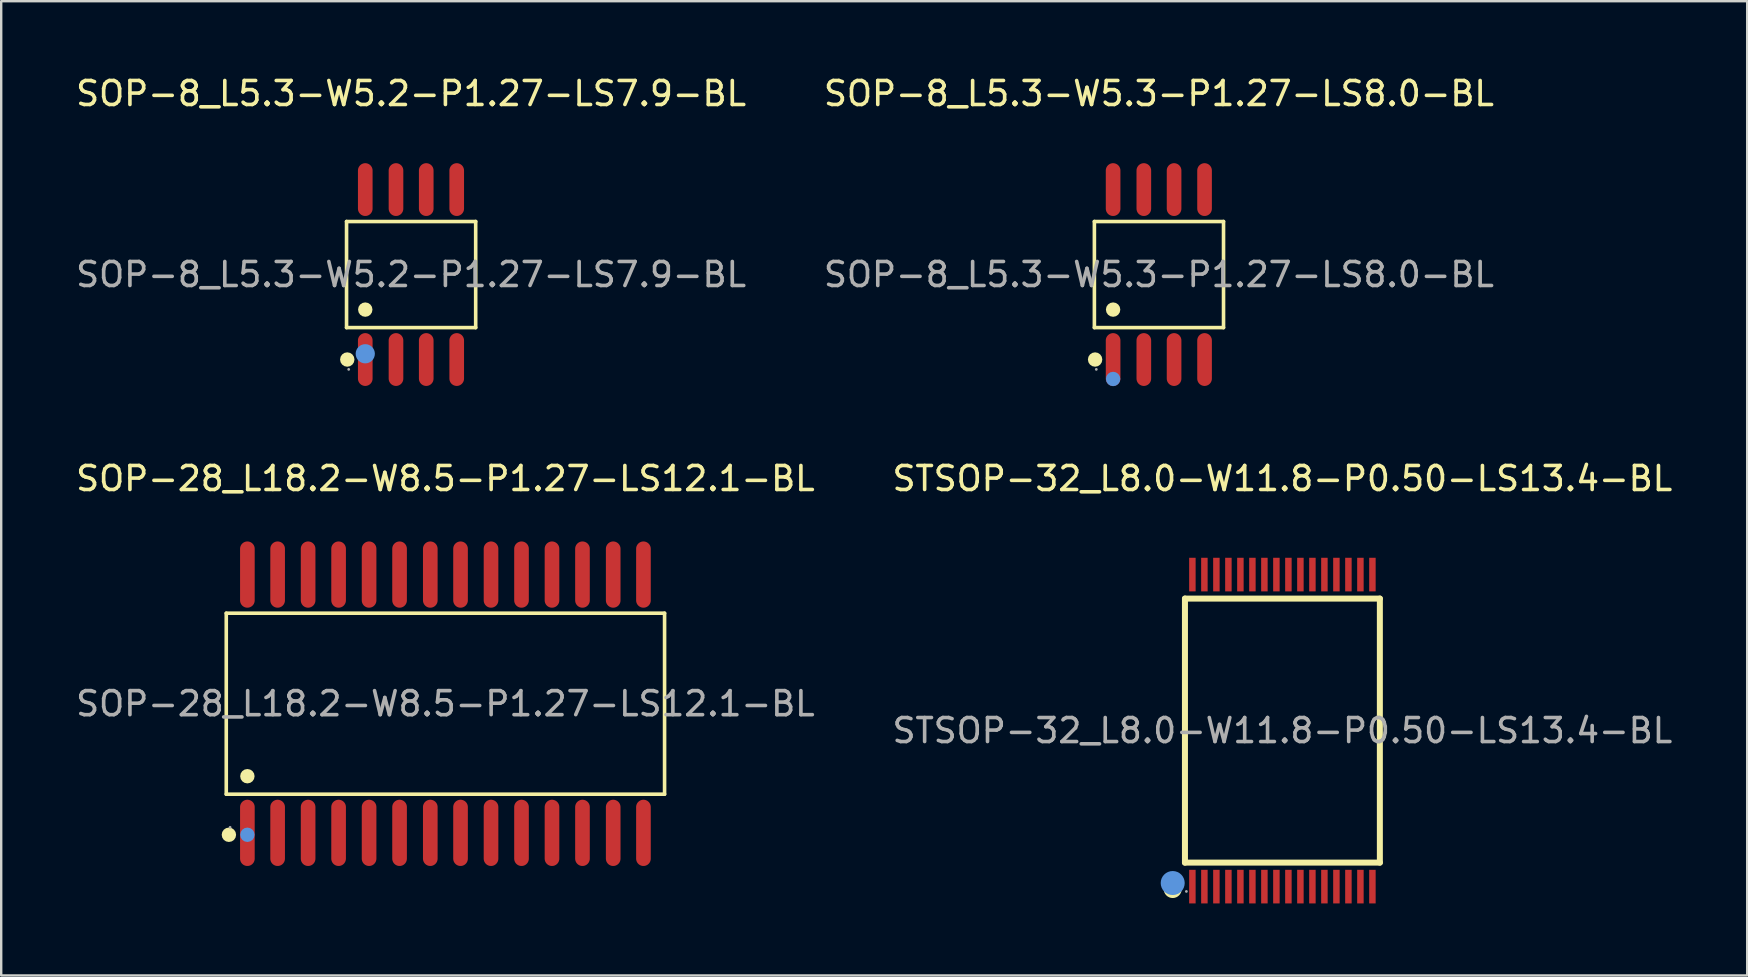
<source format=kicad_pcb>
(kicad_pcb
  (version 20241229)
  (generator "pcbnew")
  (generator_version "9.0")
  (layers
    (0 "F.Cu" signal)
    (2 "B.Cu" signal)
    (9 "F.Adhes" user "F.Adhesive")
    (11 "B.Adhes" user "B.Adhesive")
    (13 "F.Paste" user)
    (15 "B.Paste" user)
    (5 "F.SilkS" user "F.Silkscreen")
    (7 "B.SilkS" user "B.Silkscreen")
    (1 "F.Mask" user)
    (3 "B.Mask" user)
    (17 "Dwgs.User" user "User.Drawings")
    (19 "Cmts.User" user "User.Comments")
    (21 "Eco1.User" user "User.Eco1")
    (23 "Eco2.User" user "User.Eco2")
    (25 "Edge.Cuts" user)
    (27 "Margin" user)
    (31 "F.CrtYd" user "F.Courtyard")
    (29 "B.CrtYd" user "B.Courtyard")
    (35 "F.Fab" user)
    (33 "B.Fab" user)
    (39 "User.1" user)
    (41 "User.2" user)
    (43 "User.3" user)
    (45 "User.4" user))
  (footprint "SOP-8_L5.3-W5.3-P1.27-LS8.0-BL"
    (layer "F.Cu")
    (at 45.232 8.388)
    (property "Reference" "SOP-8_L5.3-W5.3-P1.27-LS8.0-BL" (at 0 -7.54 0) (layer "F.SilkS") (effects (font (size 1 1) (thickness 0.15))))
    (attr through_hole)
    (fp_line (start -2.69 -2.21) (end 2.69 -2.21) (stroke (width 0.15) (type solid)) (layer "F.SilkS"))
    (fp_line (start -2.69 2.21) (end -2.69 -2.21) (stroke (width 0.15) (type solid)) (layer "F.SilkS"))
    (fp_line (start 2.69 -2.21) (end 2.69 2.21) (stroke (width 0.15) (type solid)) (layer "F.SilkS"))
    (fp_line (start 2.69 2.21) (end -2.69 2.21) (stroke (width 0.15) (type solid)) (layer "F.SilkS"))
    (fp_circle (center -2.66 3.54) (end -2.51 3.54) (stroke (width 0.3) (type solid)) (fill no) (layer "F.SilkS"))
    (fp_circle (center -1.91 1.46) (end -1.76 1.46) (stroke (width 0.3) (type solid)) (fill no) (layer "F.SilkS"))
    (fp_circle (center -1.91 4.35) (end -1.76 4.35) (stroke (width 0.3) (type solid)) (fill no) (layer "Cmts.User"))
    (fp_circle (center -2.61 3.95) (end -2.58 3.95) (stroke (width 0.06) (type solid)) (fill no) (layer "F.Fab"))
    (fp_text user "${REFERENCE}" (at 0 0 0) (layer "F.Fab") (effects (font (size 1 1) (thickness 0.15))))
    (pad "1" smd oval (at -1.91 3.54) (size 0.61 2.2) (layers "F.Cu" "F.Mask" "F.Paste"))
    (pad "2" smd oval (at -0.63 3.54) (size 0.61 2.2) (layers "F.Cu" "F.Mask" "F.Paste"))
    (pad "3" smd oval (at 0.63 3.54) (size 0.61 2.2) (layers "F.Cu" "F.Mask" "F.Paste"))
    (pad "4" smd oval (at 1.9 3.54) (size 0.61 2.2) (layers "F.Cu" "F.Mask" "F.Paste"))
    (pad "5" smd oval (at 1.9 -3.54) (size 0.61 2.2) (layers "F.Cu" "F.Mask" "F.Paste"))
    (pad "6" smd oval (at 0.63 -3.54) (size 0.61 2.2) (layers "F.Cu" "F.Mask" "F.Paste"))
    (pad "7" smd oval (at -0.63 -3.54) (size 0.61 2.2) (layers "F.Cu" "F.Mask" "F.Paste"))
    (pad "8" smd oval (at -1.91 -3.54) (size 0.61 2.2) (layers "F.Cu" "F.Mask" "F.Paste")))
  (footprint "SOP-8_L5.3-W5.2-P1.27-LS7.9-BL"
    (layer "F.Cu")
    (at 14.077 8.388)
    (property "Reference" "SOP-8_L5.3-W5.2-P1.27-LS7.9-BL" (at 0 -7.54 0) (layer "F.SilkS") (effects (font (size 1 1) (thickness 0.15))))
    (attr through_hole)
    (fp_line (start -2.69 -2.21) (end 2.69 -2.21) (stroke (width 0.15) (type solid)) (layer "F.SilkS"))
    (fp_line (start -2.69 2.21) (end -2.69 -2.21) (stroke (width 0.15) (type solid)) (layer "F.SilkS"))
    (fp_line (start 2.69 -2.21) (end 2.69 2.21) (stroke (width 0.15) (type solid)) (layer "F.SilkS"))
    (fp_line (start 2.69 2.21) (end -2.69 2.21) (stroke (width 0.15) (type solid)) (layer "F.SilkS"))
    (fp_circle (center -2.66 3.54) (end -2.51 3.54) (stroke (width 0.3) (type solid)) (fill no) (layer "F.SilkS"))
    (fp_circle (center -1.91 1.46) (end -1.76 1.46) (stroke (width 0.3) (type solid)) (fill no) (layer "F.SilkS"))
    (fp_circle (center -1.91 3.3) (end -1.71 3.3) (stroke (width 0.4) (type solid)) (fill no) (layer "Cmts.User"))
    (fp_circle (center -2.6 3.95) (end -2.57 3.95) (stroke (width 0.06) (type solid)) (fill no) (layer "F.Fab"))
    (fp_text user "${REFERENCE}" (at 0 0 0) (layer "F.Fab") (effects (font (size 1 1) (thickness 0.15))))
    (pad "1" smd oval (at -1.91 3.54) (size 0.61 2.2) (layers "F.Cu" "F.Mask" "F.Paste"))
    (pad "2" smd oval (at -0.63 3.54) (size 0.61 2.2) (layers "F.Cu" "F.Mask" "F.Paste"))
    (pad "3" smd oval (at 0.63 3.54) (size 0.61 2.2) (layers "F.Cu" "F.Mask" "F.Paste"))
    (pad "4" smd oval (at 1.9 3.54) (size 0.61 2.2) (layers "F.Cu" "F.Mask" "F.Paste"))
    (pad "5" smd oval (at 1.9 -3.54) (size 0.61 2.2) (layers "F.Cu" "F.Mask" "F.Paste"))
    (pad "6" smd oval (at 0.63 -3.54) (size 0.61 2.2) (layers "F.Cu" "F.Mask" "F.Paste"))
    (pad "7" smd oval (at -0.63 -3.54) (size 0.61 2.2) (layers "F.Cu" "F.Mask" "F.Paste"))
    (pad "8" smd oval (at -1.91 -3.54) (size 0.61 2.2) (layers "F.Cu" "F.Mask" "F.Paste")))
  (footprint "STSOP-32_L8.0-W11.8-P0.50-LS13.4-BL"
    (layer "F.Cu")
    (at 50.375 27.387)
    (property "Reference" "STSOP-32_L8.0-W11.8-P0.50-LS13.4-BL" (at 0 -10.5 0) (layer "F.SilkS") (effects (font (size 1 1) (thickness 0.15))))
    (attr through_hole)
    (fp_line (start -4.06 -5.5) (end 4.06 -5.5) (stroke (width 0.25) (type solid)) (layer "F.SilkS"))
    (fp_line (start -4.06 5.5) (end -4.06 -5.5) (stroke (width 0.25) (type solid)) (layer "F.SilkS"))
    (fp_line (start -4.06 5.5) (end 4.06 5.5) (stroke (width 0.25) (type solid)) (layer "F.SilkS"))
    (fp_line (start 4.06 -5.5) (end 4.06 5.5) (stroke (width 0.25) (type solid)) (layer "F.SilkS"))
    (fp_circle (center -4.57 6.6) (end -4.32 6.6) (stroke (width 0.25) (type solid)) (fill no) (layer "F.SilkS"))
    (fp_circle (center -4.57 6.35) (end -4.32 6.35) (stroke (width 0.5) (type solid)) (fill no) (layer "Cmts.User"))
    (fp_circle (center -4 6.7) (end -3.97 6.7) (stroke (width 0.06) (type solid)) (fill no) (layer "F.Fab"))
    (fp_text user "${REFERENCE}" (at 0 0 0) (layer "F.Fab") (effects (font (size 1 1) (thickness 0.15))))
    (pad "1" smd rect (at -3.75 6.5 180) (size 0.27 1.4) (layers "F.Cu" "F.Mask" "F.Paste"))
    (pad "2" smd rect (at -3.25 6.5 180) (size 0.27 1.4) (layers "F.Cu" "F.Mask" "F.Paste"))
    (pad "3" smd rect (at -2.75 6.5 180) (size 0.27 1.4) (layers "F.Cu" "F.Mask" "F.Paste"))
    (pad "4" smd rect (at -2.25 6.5 180) (size 0.27 1.4) (layers "F.Cu" "F.Mask" "F.Paste"))
    (pad "5" smd rect (at -1.75 6.5 180) (size 0.27 1.4) (layers "F.Cu" "F.Mask" "F.Paste"))
    (pad "6" smd rect (at -1.25 6.5 180) (size 0.27 1.4) (layers "F.Cu" "F.Mask" "F.Paste"))
    (pad "7" smd rect (at -0.75 6.5 180) (size 0.27 1.4) (layers "F.Cu" "F.Mask" "F.Paste"))
    (pad "8" smd rect (at -0.25 6.5 180) (size 0.27 1.4) (layers "F.Cu" "F.Mask" "F.Paste"))
    (pad "9" smd rect (at 0.25 6.5 180) (size 0.27 1.4) (layers "F.Cu" "F.Mask" "F.Paste"))
    (pad "10" smd rect (at 0.75 6.5 180) (size 0.27 1.4) (layers "F.Cu" "F.Mask" "F.Paste"))
    (pad "11" smd rect (at 1.25 6.5 180) (size 0.27 1.4) (layers "F.Cu" "F.Mask" "F.Paste"))
    (pad "12" smd rect (at 1.75 6.5 180) (size 0.27 1.4) (layers "F.Cu" "F.Mask" "F.Paste"))
    (pad "13" smd rect (at 2.25 6.5 180) (size 0.27 1.4) (layers "F.Cu" "F.Mask" "F.Paste"))
    (pad "14" smd rect (at 2.75 6.5 180) (size 0.27 1.4) (layers "F.Cu" "F.Mask" "F.Paste"))
    (pad "15" smd rect (at 3.25 6.5 180) (size 0.27 1.4) (layers "F.Cu" "F.Mask" "F.Paste"))
    (pad "16" smd rect (at 3.75 6.5 180) (size 0.27 1.4) (layers "F.Cu" "F.Mask" "F.Paste"))
    (pad "17" smd rect (at 3.75 -6.5) (size 0.27 1.4) (layers "F.Cu" "F.Mask" "F.Paste"))
    (pad "18" smd rect (at 3.25 -6.5) (size 0.27 1.4) (layers "F.Cu" "F.Mask" "F.Paste"))
    (pad "19" smd rect (at 2.75 -6.5) (size 0.27 1.4) (layers "F.Cu" "F.Mask" "F.Paste"))
    (pad "20" smd rect (at 2.25 -6.5) (size 0.27 1.4) (layers "F.Cu" "F.Mask" "F.Paste"))
    (pad "21" smd rect (at 1.75 -6.5) (size 0.27 1.4) (layers "F.Cu" "F.Mask" "F.Paste"))
    (pad "22" smd rect (at 1.25 -6.5) (size 0.27 1.4) (layers "F.Cu" "F.Mask" "F.Paste"))
    (pad "23" smd rect (at 0.75 -6.5) (size 0.27 1.4) (layers "F.Cu" "F.Mask" "F.Paste"))
    (pad "24" smd rect (at 0.25 -6.5) (size 0.27 1.4) (layers "F.Cu" "F.Mask" "F.Paste"))
    (pad "25" smd rect (at -0.25 -6.5) (size 0.27 1.4) (layers "F.Cu" "F.Mask" "F.Paste"))
    (pad "26" smd rect (at -0.75 -6.5) (size 0.27 1.4) (layers "F.Cu" "F.Mask" "F.Paste"))
    (pad "27" smd rect (at -1.25 -6.5) (size 0.27 1.4) (layers "F.Cu" "F.Mask" "F.Paste"))
    (pad "28" smd rect (at -1.75 -6.5) (size 0.27 1.4) (layers "F.Cu" "F.Mask" "F.Paste"))
    (pad "29" smd rect (at -2.25 -6.5) (size 0.27 1.4) (layers "F.Cu" "F.Mask" "F.Paste"))
    (pad "30" smd rect (at -2.75 -6.5) (size 0.27 1.4) (layers "F.Cu" "F.Mask" "F.Paste"))
    (pad "31" smd rect (at -3.25 -6.5) (size 0.27 1.4) (layers "F.Cu" "F.Mask" "F.Paste"))
    (pad "32" smd rect (at -3.75 -6.5) (size 0.27 1.4) (layers "F.Cu" "F.Mask" "F.Paste")))
  (footprint "SOP-28_L18.2-W8.5-P1.27-LS12.1-BL"
    (layer "F.Cu")
    (at 15.506 26.267)
    (property "Reference" "SOP-28_L18.2-W8.5-P1.27-LS12.1-BL" (at 0 -9.38 0) (layer "F.SilkS") (effects (font (size 1 1) (thickness 0.15))))
    (attr through_hole)
    (fp_line (start -9.13 -3.77) (end 9.13 -3.77) (stroke (width 0.15) (type solid)) (layer "F.SilkS"))
    (fp_line (start -9.13 3.77) (end -9.13 -3.77) (stroke (width 0.15) (type solid)) (layer "F.SilkS"))
    (fp_line (start 9.13 -3.77) (end 9.13 3.77) (stroke (width 0.15) (type solid)) (layer "F.SilkS"))
    (fp_line (start 9.13 3.77) (end -9.13 3.77) (stroke (width 0.15) (type solid)) (layer "F.SilkS"))
    (fp_circle (center -9.02 5.46) (end -8.87 5.46) (stroke (width 0.3) (type solid)) (fill no) (layer "F.SilkS"))
    (fp_circle (center -8.25 3.02) (end -8.1 3.02) (stroke (width 0.3) (type solid)) (fill no) (layer "F.SilkS"))
    (fp_circle (center -8.25 5.46) (end -8.1 5.46) (stroke (width 0.3) (type solid)) (fill no) (layer "Cmts.User"))
    (fp_circle (center -8.97 5.15) (end -8.94 5.15) (stroke (width 0.06) (type solid)) (fill no) (layer "F.Fab"))
    (fp_text user "${REFERENCE}" (at 0 0 0) (layer "F.Fab") (effects (font (size 1 1) (thickness 0.15))))
    (pad "1" smd oval (at -8.25 5.38) (size 0.61 2.76) (layers "F.Cu" "F.Mask" "F.Paste"))
    (pad "2" smd oval (at -6.99 5.38) (size 0.61 2.76) (layers "F.Cu" "F.Mask" "F.Paste"))
    (pad "3" smd oval (at -5.72 5.38) (size 0.61 2.76) (layers "F.Cu" "F.Mask" "F.Paste"))
    (pad "4" smd oval (at -4.45 5.38) (size 0.61 2.76) (layers "F.Cu" "F.Mask" "F.Paste"))
    (pad "5" smd oval (at -3.18 5.38) (size 0.61 2.76) (layers "F.Cu" "F.Mask" "F.Paste"))
    (pad "6" smd oval (at -1.91 5.38) (size 0.61 2.76) (layers "F.Cu" "F.Mask" "F.Paste"))
    (pad "7" smd oval (at -0.63 5.38) (size 0.61 2.76) (layers "F.Cu" "F.Mask" "F.Paste"))
    (pad "8" smd oval (at 0.63 5.38) (size 0.61 2.76) (layers "F.Cu" "F.Mask" "F.Paste"))
    (pad "9" smd oval (at 1.9 5.38) (size 0.61 2.76) (layers "F.Cu" "F.Mask" "F.Paste"))
    (pad "10" smd oval (at 3.17 5.38) (size 0.61 2.76) (layers "F.Cu" "F.Mask" "F.Paste"))
    (pad "11" smd oval (at 4.44 5.38) (size 0.61 2.76) (layers "F.Cu" "F.Mask" "F.Paste"))
    (pad "12" smd oval (at 5.71 5.38) (size 0.61 2.76) (layers "F.Cu" "F.Mask" "F.Paste"))
    (pad "13" smd oval (at 6.99 5.38) (size 0.61 2.76) (layers "F.Cu" "F.Mask" "F.Paste"))
    (pad "14" smd oval (at 8.25 5.38) (size 0.61 2.76) (layers "F.Cu" "F.Mask" "F.Paste"))
    (pad "15" smd oval (at 8.25 -5.38) (size 0.61 2.76) (layers "F.Cu" "F.Mask" "F.Paste"))
    (pad "16" smd oval (at 6.99 -5.38) (size 0.61 2.76) (layers "F.Cu" "F.Mask" "F.Paste"))
    (pad "17" smd oval (at 5.71 -5.38) (size 0.61 2.76) (layers "F.Cu" "F.Mask" "F.Paste"))
    (pad "18" smd oval (at 4.44 -5.38) (size 0.61 2.76) (layers "F.Cu" "F.Mask" "F.Paste"))
    (pad "19" smd oval (at 3.17 -5.38) (size 0.61 2.76) (layers "F.Cu" "F.Mask" "F.Paste"))
    (pad "20" smd oval (at 1.9 -5.38) (size 0.61 2.76) (layers "F.Cu" "F.Mask" "F.Paste"))
    (pad "21" smd oval (at 0.63 -5.38) (size 0.61 2.76) (layers "F.Cu" "F.Mask" "F.Paste"))
    (pad "22" smd oval (at -0.63 -5.38) (size 0.61 2.76) (layers "F.Cu" "F.Mask" "F.Paste"))
    (pad "23" smd oval (at -1.91 -5.38) (size 0.61 2.76) (layers "F.Cu" "F.Mask" "F.Paste"))
    (pad "24" smd oval (at -3.18 -5.38) (size 0.61 2.76) (layers "F.Cu" "F.Mask" "F.Paste"))
    (pad "25" smd oval (at -4.45 -5.38) (size 0.61 2.76) (layers "F.Cu" "F.Mask" "F.Paste"))
    (pad "26" smd oval (at -5.72 -5.38) (size 0.61 2.76) (layers "F.Cu" "F.Mask" "F.Paste"))
    (pad "27" smd oval (at -6.99 -5.38) (size 0.61 2.76) (layers "F.Cu" "F.Mask" "F.Paste"))
    (pad "28" smd oval (at -8.25 -5.38) (size 0.61 2.76) (layers "F.Cu" "F.Mask" "F.Paste")))
  (gr_rect
    (start -3 -3)
    (end 69.738 37.587)
    (stroke (width 0.1) (type default))
    (fill no)
    (layer "Edge.Cuts")))
</source>
